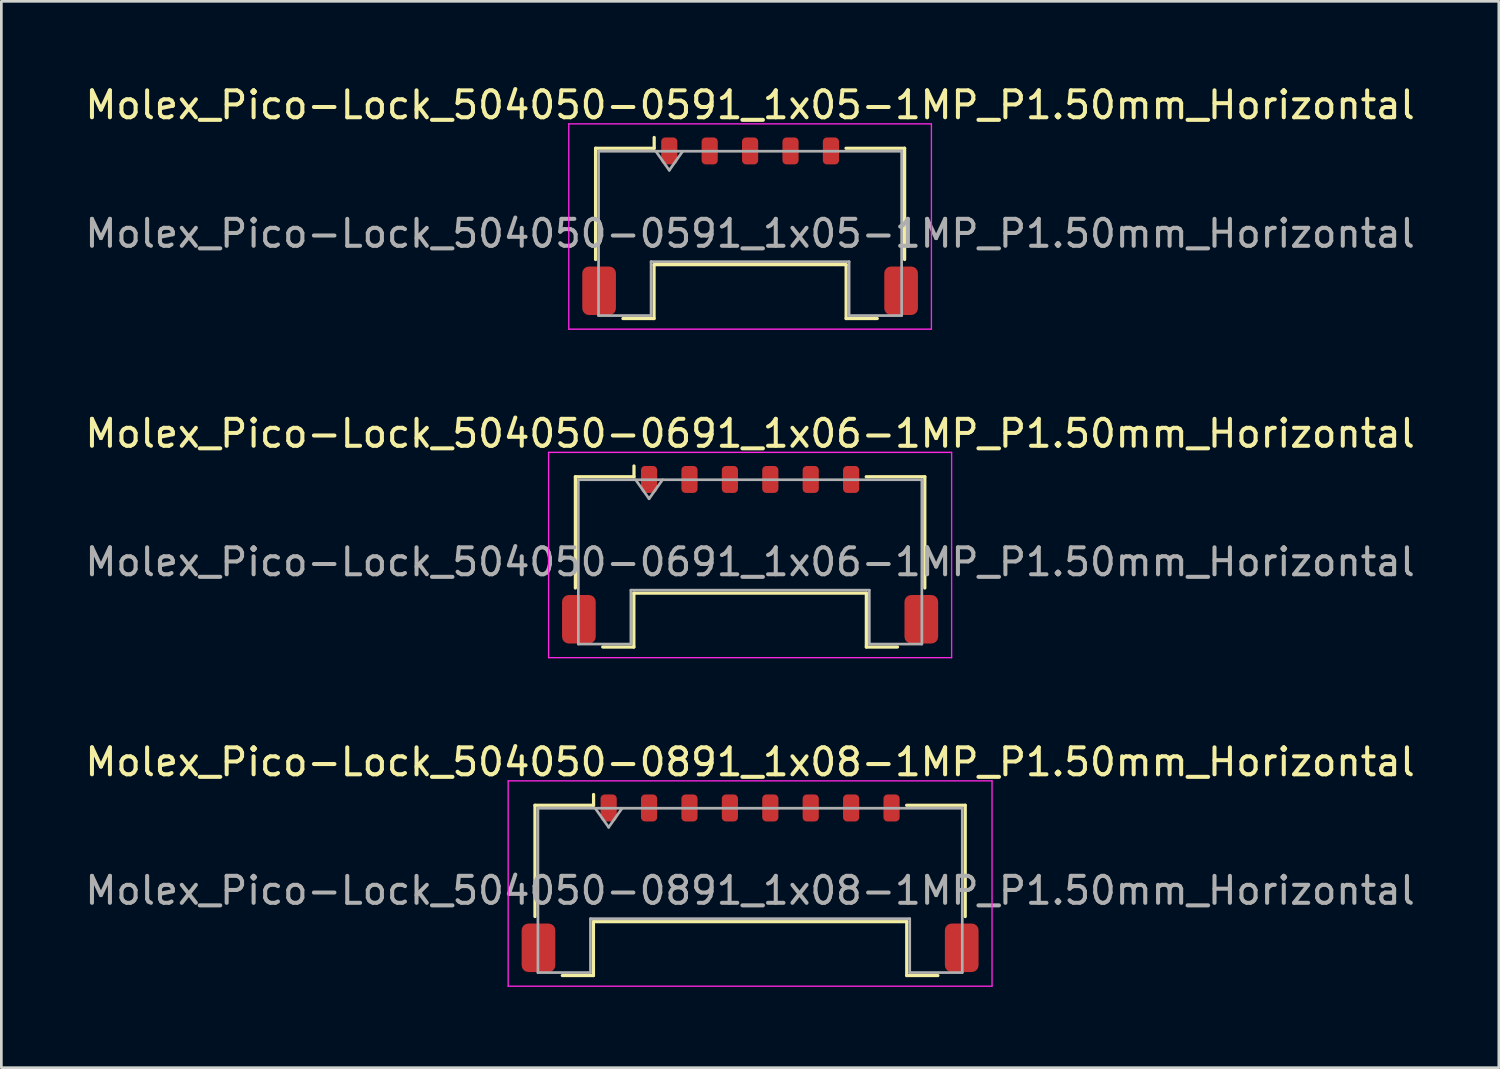
<source format=kicad_pcb>
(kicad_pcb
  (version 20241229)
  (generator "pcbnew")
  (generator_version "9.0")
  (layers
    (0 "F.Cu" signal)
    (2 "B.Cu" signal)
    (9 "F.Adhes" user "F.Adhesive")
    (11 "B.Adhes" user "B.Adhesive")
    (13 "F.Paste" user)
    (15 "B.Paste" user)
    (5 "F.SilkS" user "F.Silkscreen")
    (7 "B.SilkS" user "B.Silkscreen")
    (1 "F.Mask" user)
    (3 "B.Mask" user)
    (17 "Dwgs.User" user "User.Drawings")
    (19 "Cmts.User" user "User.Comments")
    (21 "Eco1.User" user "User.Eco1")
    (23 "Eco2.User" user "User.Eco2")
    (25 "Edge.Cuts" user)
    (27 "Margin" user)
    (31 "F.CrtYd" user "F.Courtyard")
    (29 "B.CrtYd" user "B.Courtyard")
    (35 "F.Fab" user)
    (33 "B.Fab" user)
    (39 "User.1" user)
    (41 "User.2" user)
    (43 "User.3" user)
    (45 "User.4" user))
  (footprint "Molex_Pico-Lock_504050-0691_1x06-1MP_P1.50mm_Horizontal"
    (layer "F.Cu")
    (at 24.792 17.541)
    (property "Reference" "Molex_Pico-Lock_504050-0691_1x06-1MP_P1.50mm_Horizontal" (at 0 -4.5 0) (layer "F.SilkS") (effects (font (size 1 1) (thickness 0.15))))
    (attr smd)
    (fp_line (start -6.485 -2.895) (end -4.31 -2.895) (stroke (width 0.12) (type solid)) (layer "F.SilkS"))
    (fp_line (start -6.485 1.235) (end -6.485 -2.895) (stroke (width 0.12) (type solid)) (layer "F.SilkS"))
    (fp_line (start -5.47 3.425) (end -4.315 3.425) (stroke (width 0.12) (type solid)) (layer "F.SilkS"))
    (fp_line (start -4.315 1.425) (end 4.315 1.425) (stroke (width 0.12) (type solid)) (layer "F.SilkS"))
    (fp_line (start -4.315 3.425) (end -4.315 1.425) (stroke (width 0.12) (type solid)) (layer "F.SilkS"))
    (fp_line (start -4.31 -2.895) (end -4.31 -3.295) (stroke (width 0.12) (type solid)) (layer "F.SilkS"))
    (fp_line (start 4.315 1.425) (end 4.315 3.425) (stroke (width 0.12) (type solid)) (layer "F.SilkS"))
    (fp_line (start 4.315 3.425) (end 5.47 3.425) (stroke (width 0.12) (type solid)) (layer "F.SilkS"))
    (fp_line (start 6.485 -2.895) (end 4.31 -2.895) (stroke (width 0.12) (type solid)) (layer "F.SilkS"))
    (fp_line (start 6.485 1.235) (end 6.485 -2.895) (stroke (width 0.12) (type solid)) (layer "F.SilkS"))
    (fp_line (start -7.48 -3.8) (end -7.48 3.82) (stroke (width 0.05) (type solid)) (layer "F.CrtYd"))
    (fp_line (start -7.48 3.82) (end 7.48 3.82) (stroke (width 0.05) (type solid)) (layer "F.CrtYd"))
    (fp_line (start 7.48 -3.8) (end -7.48 -3.8) (stroke (width 0.05) (type solid)) (layer "F.CrtYd"))
    (fp_line (start 7.48 3.82) (end 7.48 -3.8) (stroke (width 0.05) (type solid)) (layer "F.CrtYd"))
    (fp_line (start -6.375 -2.785) (end -6.375 3.315) (stroke (width 0.1) (type solid)) (layer "F.Fab"))
    (fp_line (start -6.375 -2.785) (end 6.375 -2.785) (stroke (width 0.1) (type solid)) (layer "F.Fab"))
    (fp_line (start -6.375 3.315) (end -4.425 3.315) (stroke (width 0.1) (type solid)) (layer "F.Fab"))
    (fp_line (start -4.425 1.315) (end 4.425 1.315) (stroke (width 0.1) (type solid)) (layer "F.Fab"))
    (fp_line (start -4.425 3.315) (end -4.425 1.315) (stroke (width 0.1) (type solid)) (layer "F.Fab"))
    (fp_line (start -4.25 -2.785) (end -3.75 -2.078) (stroke (width 0.1) (type solid)) (layer "F.Fab"))
    (fp_line (start -3.75 -2.078) (end -3.25 -2.785) (stroke (width 0.1) (type solid)) (layer "F.Fab"))
    (fp_line (start 4.425 1.315) (end 4.425 3.315) (stroke (width 0.1) (type solid)) (layer "F.Fab"))
    (fp_line (start 4.425 3.315) (end 6.375 3.315) (stroke (width 0.1) (type solid)) (layer "F.Fab"))
    (fp_line (start 6.375 -2.785) (end 6.375 3.315) (stroke (width 0.1) (type solid)) (layer "F.Fab"))
    (fp_text user "${REFERENCE}" (at 0 0.27 0) (layer "F.Fab") (effects (font (size 1 1) (thickness 0.15))))
    (pad "1" smd roundrect (at -3.75 -2.795) (size 0.6 1) (layers "F.Cu" "F.Mask" "F.Paste") (roundrect_rratio 0.25))
    (pad "2" smd roundrect (at -2.25 -2.795) (size 0.6 1) (layers "F.Cu" "F.Mask" "F.Paste") (roundrect_rratio 0.25))
    (pad "3" smd roundrect (at -0.75 -2.795) (size 0.6 1) (layers "F.Cu" "F.Mask" "F.Paste") (roundrect_rratio 0.25))
    (pad "4" smd roundrect (at 0.75 -2.795) (size 0.6 1) (layers "F.Cu" "F.Mask" "F.Paste") (roundrect_rratio 0.25))
    (pad "5" smd roundrect (at 2.25 -2.795) (size 0.6 1) (layers "F.Cu" "F.Mask" "F.Paste") (roundrect_rratio 0.25))
    (pad "6" smd roundrect (at 3.75 -2.795) (size 0.6 1) (layers "F.Cu" "F.Mask" "F.Paste") (roundrect_rratio 0.25))
    (pad "MP" smd roundrect (at -6.355 2.395) (size 1.25 1.8) (layers "F.Cu" "F.Mask" "F.Paste") (roundrect_rratio 0.2))
    (pad "MP" smd roundrect (at 6.355 2.395) (size 1.25 1.8) (layers "F.Cu" "F.Mask" "F.Paste") (roundrect_rratio 0.2)))
  (footprint "Molex_Pico-Lock_504050-0591_1x05-1MP_P1.50mm_Horizontal"
    (layer "F.Cu")
    (at 24.792 5.348)
    (property "Reference" "Molex_Pico-Lock_504050-0591_1x05-1MP_P1.50mm_Horizontal" (at 0 -4.5 0) (layer "F.SilkS") (effects (font (size 1 1) (thickness 0.15))))
    (attr smd)
    (fp_line (start -5.735 -2.895) (end -3.56 -2.895) (stroke (width 0.12) (type solid)) (layer "F.SilkS"))
    (fp_line (start -5.735 1.235) (end -5.735 -2.895) (stroke (width 0.12) (type solid)) (layer "F.SilkS"))
    (fp_line (start -4.72 3.425) (end -3.565 3.425) (stroke (width 0.12) (type solid)) (layer "F.SilkS"))
    (fp_line (start -3.565 1.425) (end 3.565 1.425) (stroke (width 0.12) (type solid)) (layer "F.SilkS"))
    (fp_line (start -3.565 3.425) (end -3.565 1.425) (stroke (width 0.12) (type solid)) (layer "F.SilkS"))
    (fp_line (start -3.56 -2.895) (end -3.56 -3.295) (stroke (width 0.12) (type solid)) (layer "F.SilkS"))
    (fp_line (start 3.565 1.425) (end 3.565 3.425) (stroke (width 0.12) (type solid)) (layer "F.SilkS"))
    (fp_line (start 3.565 3.425) (end 4.72 3.425) (stroke (width 0.12) (type solid)) (layer "F.SilkS"))
    (fp_line (start 5.735 -2.895) (end 3.56 -2.895) (stroke (width 0.12) (type solid)) (layer "F.SilkS"))
    (fp_line (start 5.735 1.235) (end 5.735 -2.895) (stroke (width 0.12) (type solid)) (layer "F.SilkS"))
    (fp_line (start -6.73 -3.8) (end -6.73 3.82) (stroke (width 0.05) (type solid)) (layer "F.CrtYd"))
    (fp_line (start -6.73 3.82) (end 6.73 3.82) (stroke (width 0.05) (type solid)) (layer "F.CrtYd"))
    (fp_line (start 6.73 -3.8) (end -6.73 -3.8) (stroke (width 0.05) (type solid)) (layer "F.CrtYd"))
    (fp_line (start 6.73 3.82) (end 6.73 -3.8) (stroke (width 0.05) (type solid)) (layer "F.CrtYd"))
    (fp_line (start -5.625 -2.785) (end -5.625 3.315) (stroke (width 0.1) (type solid)) (layer "F.Fab"))
    (fp_line (start -5.625 -2.785) (end 5.625 -2.785) (stroke (width 0.1) (type solid)) (layer "F.Fab"))
    (fp_line (start -5.625 3.315) (end -3.675 3.315) (stroke (width 0.1) (type solid)) (layer "F.Fab"))
    (fp_line (start -3.675 1.315) (end 3.675 1.315) (stroke (width 0.1) (type solid)) (layer "F.Fab"))
    (fp_line (start -3.675 3.315) (end -3.675 1.315) (stroke (width 0.1) (type solid)) (layer "F.Fab"))
    (fp_line (start -3.5 -2.785) (end -3 -2.078) (stroke (width 0.1) (type solid)) (layer "F.Fab"))
    (fp_line (start -3 -2.078) (end -2.5 -2.785) (stroke (width 0.1) (type solid)) (layer "F.Fab"))
    (fp_line (start 3.675 1.315) (end 3.675 3.315) (stroke (width 0.1) (type solid)) (layer "F.Fab"))
    (fp_line (start 3.675 3.315) (end 5.625 3.315) (stroke (width 0.1) (type solid)) (layer "F.Fab"))
    (fp_line (start 5.625 -2.785) (end 5.625 3.315) (stroke (width 0.1) (type solid)) (layer "F.Fab"))
    (fp_text user "${REFERENCE}" (at 0 0.27 0) (layer "F.Fab") (effects (font (size 1 1) (thickness 0.15))))
    (pad "1" smd roundrect (at -3 -2.795) (size 0.6 1) (layers "F.Cu" "F.Mask" "F.Paste") (roundrect_rratio 0.25))
    (pad "2" smd roundrect (at -1.5 -2.795) (size 0.6 1) (layers "F.Cu" "F.Mask" "F.Paste") (roundrect_rratio 0.25))
    (pad "3" smd roundrect (at 0 -2.795) (size 0.6 1) (layers "F.Cu" "F.Mask" "F.Paste") (roundrect_rratio 0.25))
    (pad "4" smd roundrect (at 1.5 -2.795) (size 0.6 1) (layers "F.Cu" "F.Mask" "F.Paste") (roundrect_rratio 0.25))
    (pad "5" smd roundrect (at 3 -2.795) (size 0.6 1) (layers "F.Cu" "F.Mask" "F.Paste") (roundrect_rratio 0.25))
    (pad "MP" smd roundrect (at -5.605 2.395) (size 1.25 1.8) (layers "F.Cu" "F.Mask" "F.Paste") (roundrect_rratio 0.2))
    (pad "MP" smd roundrect (at 5.605 2.395) (size 1.25 1.8) (layers "F.Cu" "F.Mask" "F.Paste") (roundrect_rratio 0.2)))
  (footprint "Molex_Pico-Lock_504050-0891_1x08-1MP_P1.50mm_Horizontal"
    (layer "F.Cu")
    (at 24.792 29.735)
    (property "Reference" "Molex_Pico-Lock_504050-0891_1x08-1MP_P1.50mm_Horizontal" (at 0 -4.5 0) (layer "F.SilkS") (effects (font (size 1 1) (thickness 0.15))))
    (attr smd)
    (fp_line (start -7.985 -2.895) (end -5.81 -2.895) (stroke (width 0.12) (type solid)) (layer "F.SilkS"))
    (fp_line (start -7.985 1.235) (end -7.985 -2.895) (stroke (width 0.12) (type solid)) (layer "F.SilkS"))
    (fp_line (start -6.97 3.425) (end -5.815 3.425) (stroke (width 0.12) (type solid)) (layer "F.SilkS"))
    (fp_line (start -5.815 1.425) (end 5.815 1.425) (stroke (width 0.12) (type solid)) (layer "F.SilkS"))
    (fp_line (start -5.815 3.425) (end -5.815 1.425) (stroke (width 0.12) (type solid)) (layer "F.SilkS"))
    (fp_line (start -5.81 -2.895) (end -5.81 -3.295) (stroke (width 0.12) (type solid)) (layer "F.SilkS"))
    (fp_line (start 5.815 1.425) (end 5.815 3.425) (stroke (width 0.12) (type solid)) (layer "F.SilkS"))
    (fp_line (start 5.815 3.425) (end 6.97 3.425) (stroke (width 0.12) (type solid)) (layer "F.SilkS"))
    (fp_line (start 7.985 -2.895) (end 5.81 -2.895) (stroke (width 0.12) (type solid)) (layer "F.SilkS"))
    (fp_line (start 7.985 1.235) (end 7.985 -2.895) (stroke (width 0.12) (type solid)) (layer "F.SilkS"))
    (fp_line (start -8.98 -3.8) (end -8.98 3.82) (stroke (width 0.05) (type solid)) (layer "F.CrtYd"))
    (fp_line (start -8.98 3.82) (end 8.98 3.82) (stroke (width 0.05) (type solid)) (layer "F.CrtYd"))
    (fp_line (start 8.98 -3.8) (end -8.98 -3.8) (stroke (width 0.05) (type solid)) (layer "F.CrtYd"))
    (fp_line (start 8.98 3.82) (end 8.98 -3.8) (stroke (width 0.05) (type solid)) (layer "F.CrtYd"))
    (fp_line (start -7.875 -2.785) (end -7.875 3.315) (stroke (width 0.1) (type solid)) (layer "F.Fab"))
    (fp_line (start -7.875 -2.785) (end 7.875 -2.785) (stroke (width 0.1) (type solid)) (layer "F.Fab"))
    (fp_line (start -7.875 3.315) (end -5.925 3.315) (stroke (width 0.1) (type solid)) (layer "F.Fab"))
    (fp_line (start -5.925 1.315) (end 5.925 1.315) (stroke (width 0.1) (type solid)) (layer "F.Fab"))
    (fp_line (start -5.925 3.315) (end -5.925 1.315) (stroke (width 0.1) (type solid)) (layer "F.Fab"))
    (fp_line (start -5.75 -2.785) (end -5.25 -2.078) (stroke (width 0.1) (type solid)) (layer "F.Fab"))
    (fp_line (start -5.25 -2.078) (end -4.75 -2.785) (stroke (width 0.1) (type solid)) (layer "F.Fab"))
    (fp_line (start 5.925 1.315) (end 5.925 3.315) (stroke (width 0.1) (type solid)) (layer "F.Fab"))
    (fp_line (start 5.925 3.315) (end 7.875 3.315) (stroke (width 0.1) (type solid)) (layer "F.Fab"))
    (fp_line (start 7.875 -2.785) (end 7.875 3.315) (stroke (width 0.1) (type solid)) (layer "F.Fab"))
    (fp_text user "${REFERENCE}" (at 0 0.27 0) (layer "F.Fab") (effects (font (size 1 1) (thickness 0.15))))
    (pad "1" smd roundrect (at -5.25 -2.795) (size 0.6 1) (layers "F.Cu" "F.Mask" "F.Paste") (roundrect_rratio 0.25))
    (pad "2" smd roundrect (at -3.75 -2.795) (size 0.6 1) (layers "F.Cu" "F.Mask" "F.Paste") (roundrect_rratio 0.25))
    (pad "3" smd roundrect (at -2.25 -2.795) (size 0.6 1) (layers "F.Cu" "F.Mask" "F.Paste") (roundrect_rratio 0.25))
    (pad "4" smd roundrect (at -0.75 -2.795) (size 0.6 1) (layers "F.Cu" "F.Mask" "F.Paste") (roundrect_rratio 0.25))
    (pad "5" smd roundrect (at 0.75 -2.795) (size 0.6 1) (layers "F.Cu" "F.Mask" "F.Paste") (roundrect_rratio 0.25))
    (pad "6" smd roundrect (at 2.25 -2.795) (size 0.6 1) (layers "F.Cu" "F.Mask" "F.Paste") (roundrect_rratio 0.25))
    (pad "7" smd roundrect (at 3.75 -2.795) (size 0.6 1) (layers "F.Cu" "F.Mask" "F.Paste") (roundrect_rratio 0.25))
    (pad "8" smd roundrect (at 5.25 -2.795) (size 0.6 1) (layers "F.Cu" "F.Mask" "F.Paste") (roundrect_rratio 0.25))
    (pad "MP" smd roundrect (at -7.855 2.395) (size 1.25 1.8) (layers "F.Cu" "F.Mask" "F.Paste") (roundrect_rratio 0.2))
    (pad "MP" smd roundrect (at 7.855 2.395) (size 1.25 1.8) (layers "F.Cu" "F.Mask" "F.Paste") (roundrect_rratio 0.2)))
  (gr_rect
    (start -3 -3)
    (end 52.583 36.58)
    (stroke (width 0.1) (type default))
    (fill no)
    (layer "Edge.Cuts")))
</source>
